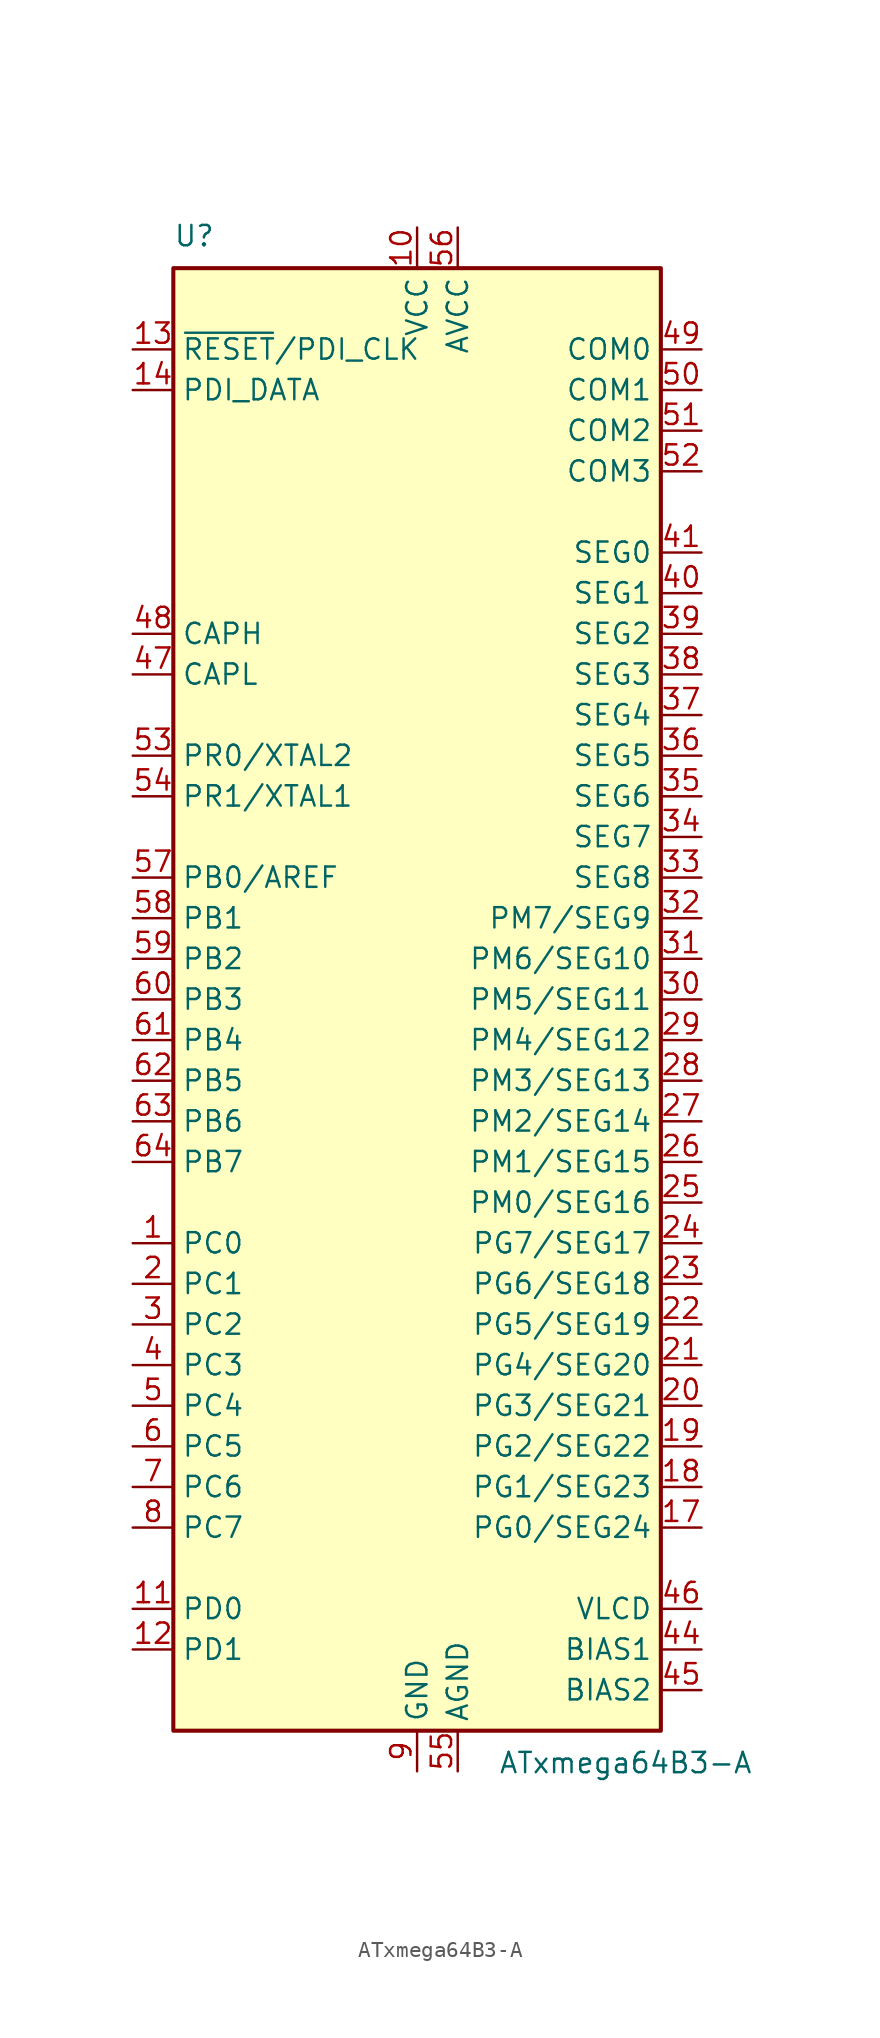
<source format=kicad_sym>
(kicad_symbol_lib
  (version 20201005)
  (generator kicad_symbol_editor)
  (symbol "ATxmega64B3-A"
    (property "Reference" "U"
      (at -15.24 46.99 0)
      (effects (font (size 1.27 1.27)) (justify left bottom)))
    (property "Value" "ATxmega64B3-A"
      (at 5.08 -46.99 0)
      (effects (font (size 1.27 1.27)) (justify left top)))
    (symbol "ATxmega64B3-A_0_1"
      (rectangle (start -15.24 -45.72) (end 15.24 45.72) (stroke (width 0.254)) (fill (type background))))
    (symbol "ATxmega64B3-A_1_1"
      (pin bidirectional line (at -17.78 -15.24 0) (length 2.54) (name "PC0" (effects (font (size 1.27 1.27)))) (number "1" (effects (font (size 1.27 1.27)))))
      (pin power_in line (at 0 48.26 270) (length 2.54) (name "VCC" (effects (font (size 1.27 1.27)))) (number "10" (effects (font (size 1.27 1.27)))))
      (pin bidirectional line (at -17.78 -38.1 0) (length 2.54) (name "PD0" (effects (font (size 1.27 1.27)))) (number "11" (effects (font (size 1.27 1.27)))))
      (pin bidirectional line (at -17.78 -40.64 0) (length 2.54) (name "PD1" (effects (font (size 1.27 1.27)))) (number "12" (effects (font (size 1.27 1.27)))))
      (pin input line (at -17.78 40.64 0) (length 2.54) (name "~RESET~/PDI_CLK" (effects (font (size 1.27 1.27)))) (number "13" (effects (font (size 1.27 1.27)))))
      (pin bidirectional line (at -17.78 38.1 0) (length 2.54) (name "PDI_DATA" (effects (font (size 1.27 1.27)))) (number "14" (effects (font (size 1.27 1.27)))))
      (pin passive line (at 0 -48.26 90) (length 2.54) hide (name "GND" (effects (font (size 1.27 1.27)))) (number "15" (effects (font (size 1.27 1.27)))))
      (pin passive line (at 0 48.26 270) (length 2.54) hide (name "VCC" (effects (font (size 1.27 1.27)))) (number "16" (effects (font (size 1.27 1.27)))))
      (pin bidirectional line (at 17.78 -33.02 180) (length 2.54) (name "PG0/SEG24" (effects (font (size 1.27 1.27)))) (number "17" (effects (font (size 1.27 1.27)))))
      (pin bidirectional line (at 17.78 -30.48 180) (length 2.54) (name "PG1/SEG23" (effects (font (size 1.27 1.27)))) (number "18" (effects (font (size 1.27 1.27)))))
      (pin bidirectional line (at 17.78 -27.94 180) (length 2.54) (name "PG2/SEG22" (effects (font (size 1.27 1.27)))) (number "19" (effects (font (size 1.27 1.27)))))
      (pin bidirectional line (at -17.78 -17.78 0) (length 2.54) (name "PC1" (effects (font (size 1.27 1.27)))) (number "2" (effects (font (size 1.27 1.27)))))
      (pin bidirectional line (at 17.78 -25.4 180) (length 2.54) (name "PG3/SEG21" (effects (font (size 1.27 1.27)))) (number "20" (effects (font (size 1.27 1.27)))))
      (pin bidirectional line (at 17.78 -22.86 180) (length 2.54) (name "PG4/SEG20" (effects (font (size 1.27 1.27)))) (number "21" (effects (font (size 1.27 1.27)))))
      (pin bidirectional line (at 17.78 -20.32 180) (length 2.54) (name "PG5/SEG19" (effects (font (size 1.27 1.27)))) (number "22" (effects (font (size 1.27 1.27)))))
      (pin bidirectional line (at 17.78 -17.78 180) (length 2.54) (name "PG6/SEG18" (effects (font (size 1.27 1.27)))) (number "23" (effects (font (size 1.27 1.27)))))
      (pin bidirectional line (at 17.78 -15.24 180) (length 2.54) (name "PG7/SEG17" (effects (font (size 1.27 1.27)))) (number "24" (effects (font (size 1.27 1.27)))))
      (pin bidirectional line (at 17.78 -12.7 180) (length 2.54) (name "PM0/SEG16" (effects (font (size 1.27 1.27)))) (number "25" (effects (font (size 1.27 1.27)))))
      (pin bidirectional line (at 17.78 -10.16 180) (length 2.54) (name "PM1/SEG15" (effects (font (size 1.27 1.27)))) (number "26" (effects (font (size 1.27 1.27)))))
      (pin bidirectional line (at 17.78 -7.62 180) (length 2.54) (name "PM2/SEG14" (effects (font (size 1.27 1.27)))) (number "27" (effects (font (size 1.27 1.27)))))
      (pin bidirectional line (at 17.78 -5.08 180) (length 2.54) (name "PM3/SEG13" (effects (font (size 1.27 1.27)))) (number "28" (effects (font (size 1.27 1.27)))))
      (pin bidirectional line (at 17.78 -2.54 180) (length 2.54) (name "PM4/SEG12" (effects (font (size 1.27 1.27)))) (number "29" (effects (font (size 1.27 1.27)))))
      (pin bidirectional line (at -17.78 -20.32 0) (length 2.54) (name "PC2" (effects (font (size 1.27 1.27)))) (number "3" (effects (font (size 1.27 1.27)))))
      (pin bidirectional line (at 17.78 0 180) (length 2.54) (name "PM5/SEG11" (effects (font (size 1.27 1.27)))) (number "30" (effects (font (size 1.27 1.27)))))
      (pin bidirectional line (at 17.78 2.54 180) (length 2.54) (name "PM6/SEG10" (effects (font (size 1.27 1.27)))) (number "31" (effects (font (size 1.27 1.27)))))
      (pin bidirectional line (at 17.78 5.08 180) (length 2.54) (name "PM7/SEG9" (effects (font (size 1.27 1.27)))) (number "32" (effects (font (size 1.27 1.27)))))
      (pin output line (at 17.78 7.62 180) (length 2.54) (name "SEG8" (effects (font (size 1.27 1.27)))) (number "33" (effects (font (size 1.27 1.27)))))
      (pin output line (at 17.78 10.16 180) (length 2.54) (name "SEG7" (effects (font (size 1.27 1.27)))) (number "34" (effects (font (size 1.27 1.27)))))
      (pin output line (at 17.78 12.7 180) (length 2.54) (name "SEG6" (effects (font (size 1.27 1.27)))) (number "35" (effects (font (size 1.27 1.27)))))
      (pin output line (at 17.78 15.24 180) (length 2.54) (name "SEG5" (effects (font (size 1.27 1.27)))) (number "36" (effects (font (size 1.27 1.27)))))
      (pin output line (at 17.78 17.78 180) (length 2.54) (name "SEG4" (effects (font (size 1.27 1.27)))) (number "37" (effects (font (size 1.27 1.27)))))
      (pin output line (at 17.78 20.32 180) (length 2.54) (name "SEG3" (effects (font (size 1.27 1.27)))) (number "38" (effects (font (size 1.27 1.27)))))
      (pin output line (at 17.78 22.86 180) (length 2.54) (name "SEG2" (effects (font (size 1.27 1.27)))) (number "39" (effects (font (size 1.27 1.27)))))
      (pin bidirectional line (at -17.78 -22.86 0) (length 2.54) (name "PC3" (effects (font (size 1.27 1.27)))) (number "4" (effects (font (size 1.27 1.27)))))
      (pin output line (at 17.78 25.4 180) (length 2.54) (name "SEG1" (effects (font (size 1.27 1.27)))) (number "40" (effects (font (size 1.27 1.27)))))
      (pin output line (at 17.78 27.94 180) (length 2.54) (name "SEG0" (effects (font (size 1.27 1.27)))) (number "41" (effects (font (size 1.27 1.27)))))
      (pin passive line (at 0 -48.26 90) (length 2.54) hide (name "GND" (effects (font (size 1.27 1.27)))) (number "42" (effects (font (size 1.27 1.27)))))
      (pin passive line (at 0 48.26 270) (length 2.54) hide (name "VCC" (effects (font (size 1.27 1.27)))) (number "43" (effects (font (size 1.27 1.27)))))
      (pin power_out line (at 17.78 -40.64 180) (length 2.54) (name "BIAS1" (effects (font (size 1.27 1.27)))) (number "44" (effects (font (size 1.27 1.27)))))
      (pin power_out line (at 17.78 -43.18 180) (length 2.54) (name "BIAS2" (effects (font (size 1.27 1.27)))) (number "45" (effects (font (size 1.27 1.27)))))
      (pin power_out line (at 17.78 -38.1 180) (length 2.54) (name "VLCD" (effects (font (size 1.27 1.27)))) (number "46" (effects (font (size 1.27 1.27)))))
      (pin passive line (at -17.78 20.32 0) (length 2.54) (name "CAPL" (effects (font (size 1.27 1.27)))) (number "47" (effects (font (size 1.27 1.27)))))
      (pin passive line (at -17.78 22.86 0) (length 2.54) (name "CAPH" (effects (font (size 1.27 1.27)))) (number "48" (effects (font (size 1.27 1.27)))))
      (pin output line (at 17.78 40.64 180) (length 2.54) (name "COM0" (effects (font (size 1.27 1.27)))) (number "49" (effects (font (size 1.27 1.27)))))
      (pin bidirectional line (at -17.78 -25.4 0) (length 2.54) (name "PC4" (effects (font (size 1.27 1.27)))) (number "5" (effects (font (size 1.27 1.27)))))
      (pin output line (at 17.78 38.1 180) (length 2.54) (name "COM1" (effects (font (size 1.27 1.27)))) (number "50" (effects (font (size 1.27 1.27)))))
      (pin output line (at 17.78 35.56 180) (length 2.54) (name "COM2" (effects (font (size 1.27 1.27)))) (number "51" (effects (font (size 1.27 1.27)))))
      (pin output line (at 17.78 33.02 180) (length 2.54) (name "COM3" (effects (font (size 1.27 1.27)))) (number "52" (effects (font (size 1.27 1.27)))))
      (pin bidirectional line (at -17.78 15.24 0) (length 2.54) (name "PR0/XTAL2" (effects (font (size 1.27 1.27)))) (number "53" (effects (font (size 1.27 1.27)))))
      (pin bidirectional line (at -17.78 12.7 0) (length 2.54) (name "PR1/XTAL1" (effects (font (size 1.27 1.27)))) (number "54" (effects (font (size 1.27 1.27)))))
      (pin power_in line (at 2.54 -48.26 90) (length 2.54) (name "AGND" (effects (font (size 1.27 1.27)))) (number "55" (effects (font (size 1.27 1.27)))))
      (pin power_in line (at 2.54 48.26 270) (length 2.54) (name "AVCC" (effects (font (size 1.27 1.27)))) (number "56" (effects (font (size 1.27 1.27)))))
      (pin bidirectional line (at -17.78 7.62 0) (length 2.54) (name "PB0/AREF" (effects (font (size 1.27 1.27)))) (number "57" (effects (font (size 1.27 1.27)))))
      (pin bidirectional line (at -17.78 5.08 0) (length 2.54) (name "PB1" (effects (font (size 1.27 1.27)))) (number "58" (effects (font (size 1.27 1.27)))))
      (pin bidirectional line (at -17.78 2.54 0) (length 2.54) (name "PB2" (effects (font (size 1.27 1.27)))) (number "59" (effects (font (size 1.27 1.27)))))
      (pin bidirectional line (at -17.78 -27.94 0) (length 2.54) (name "PC5" (effects (font (size 1.27 1.27)))) (number "6" (effects (font (size 1.27 1.27)))))
      (pin bidirectional line (at -17.78 0 0) (length 2.54) (name "PB3" (effects (font (size 1.27 1.27)))) (number "60" (effects (font (size 1.27 1.27)))))
      (pin bidirectional line (at -17.78 -2.54 0) (length 2.54) (name "PB4" (effects (font (size 1.27 1.27)))) (number "61" (effects (font (size 1.27 1.27)))))
      (pin bidirectional line (at -17.78 -5.08 0) (length 2.54) (name "PB5" (effects (font (size 1.27 1.27)))) (number "62" (effects (font (size 1.27 1.27)))))
      (pin bidirectional line (at -17.78 -7.62 0) (length 2.54) (name "PB6" (effects (font (size 1.27 1.27)))) (number "63" (effects (font (size 1.27 1.27)))))
      (pin bidirectional line (at -17.78 -10.16 0) (length 2.54) (name "PB7" (effects (font (size 1.27 1.27)))) (number "64" (effects (font (size 1.27 1.27)))))
      (pin bidirectional line (at -17.78 -30.48 0) (length 2.54) (name "PC6" (effects (font (size 1.27 1.27)))) (number "7" (effects (font (size 1.27 1.27)))))
      (pin bidirectional line (at -17.78 -33.02 0) (length 2.54) (name "PC7" (effects (font (size 1.27 1.27)))) (number "8" (effects (font (size 1.27 1.27)))))
      (pin power_in line (at 0 -48.26 90) (length 2.54) (name "GND" (effects (font (size 1.27 1.27)))) (number "9" (effects (font (size 1.27 1.27))))))))
</source>
